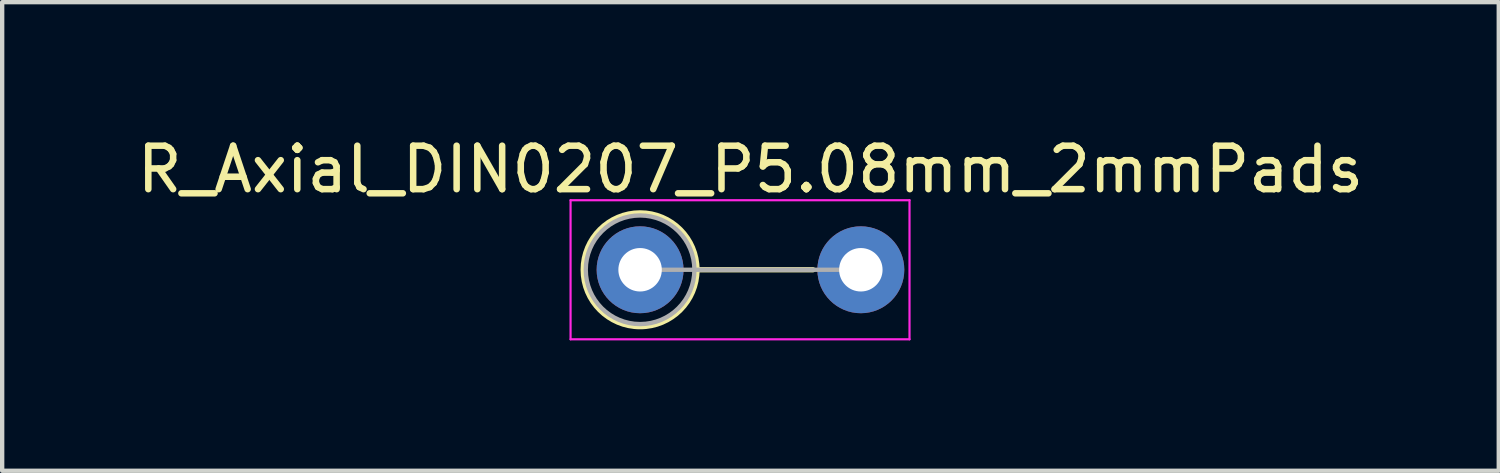
<source format=kicad_pcb>
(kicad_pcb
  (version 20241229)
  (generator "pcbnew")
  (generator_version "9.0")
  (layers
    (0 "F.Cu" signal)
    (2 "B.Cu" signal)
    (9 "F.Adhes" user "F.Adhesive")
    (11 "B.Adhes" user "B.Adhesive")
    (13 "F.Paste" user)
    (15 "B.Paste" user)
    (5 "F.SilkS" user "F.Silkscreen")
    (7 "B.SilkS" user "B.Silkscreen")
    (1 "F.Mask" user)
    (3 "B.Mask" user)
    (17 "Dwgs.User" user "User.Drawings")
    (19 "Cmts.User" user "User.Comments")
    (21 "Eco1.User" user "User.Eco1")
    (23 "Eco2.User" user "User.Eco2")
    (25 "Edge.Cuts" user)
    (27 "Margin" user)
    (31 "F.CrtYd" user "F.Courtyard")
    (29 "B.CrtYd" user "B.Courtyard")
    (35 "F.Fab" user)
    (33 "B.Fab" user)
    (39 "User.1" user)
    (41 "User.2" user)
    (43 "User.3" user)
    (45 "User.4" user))
  (footprint "R_Axial_DIN0207_P5.08mm_2mmPads"
    (layer "F.Cu")
    (at 11.68 3.158)
    (property "Reference" "R_Axial_DIN0207_P5.08mm_2mmPads" (at 2.54 -2.31 0) (layer "F.SilkS") (effects (font (size 1 1) (thickness 0.15))))
    (attr through_hole)
    (fp_line (start 1.31 0) (end 3.98 0) (stroke (width 0.12) (type solid)) (layer "F.SilkS"))
    (fp_circle (center 0 0) (end 1.31 0) (stroke (width 0.12) (type solid)) (fill no) (layer "F.SilkS"))
    (fp_line (start -1.6 -1.6) (end -1.6 1.6) (stroke (width 0.05) (type solid)) (layer "F.CrtYd"))
    (fp_line (start -1.6 1.6) (end 6.2 1.6) (stroke (width 0.05) (type solid)) (layer "F.CrtYd"))
    (fp_line (start 6.2 -1.6) (end -1.6 -1.6) (stroke (width 0.05) (type solid)) (layer "F.CrtYd"))
    (fp_line (start 6.2 1.6) (end 6.2 -1.6) (stroke (width 0.05) (type solid)) (layer "F.CrtYd"))
    (fp_line (start 0 0) (end 5.08 0) (stroke (width 0.1) (type solid)) (layer "F.Fab"))
    (fp_circle (center 0 0) (end 1.25 0) (stroke (width 0.1) (type solid)) (fill no) (layer "F.Fab"))
    (pad "1" thru_hole circle (at 0 0) (size 2 2) (drill 1) (layers "*.Cu" "*.Mask"))
    (pad "2" thru_hole circle (at 5.08 0) (size 2 2) (drill 1) (layers "*.Cu" "*.Mask")))
  (gr_rect
    (start -3 -3)
    (end 31.44 7.783)
    (stroke (width 0.1) (type default))
    (fill no)
    (layer "Edge.Cuts")))
</source>
